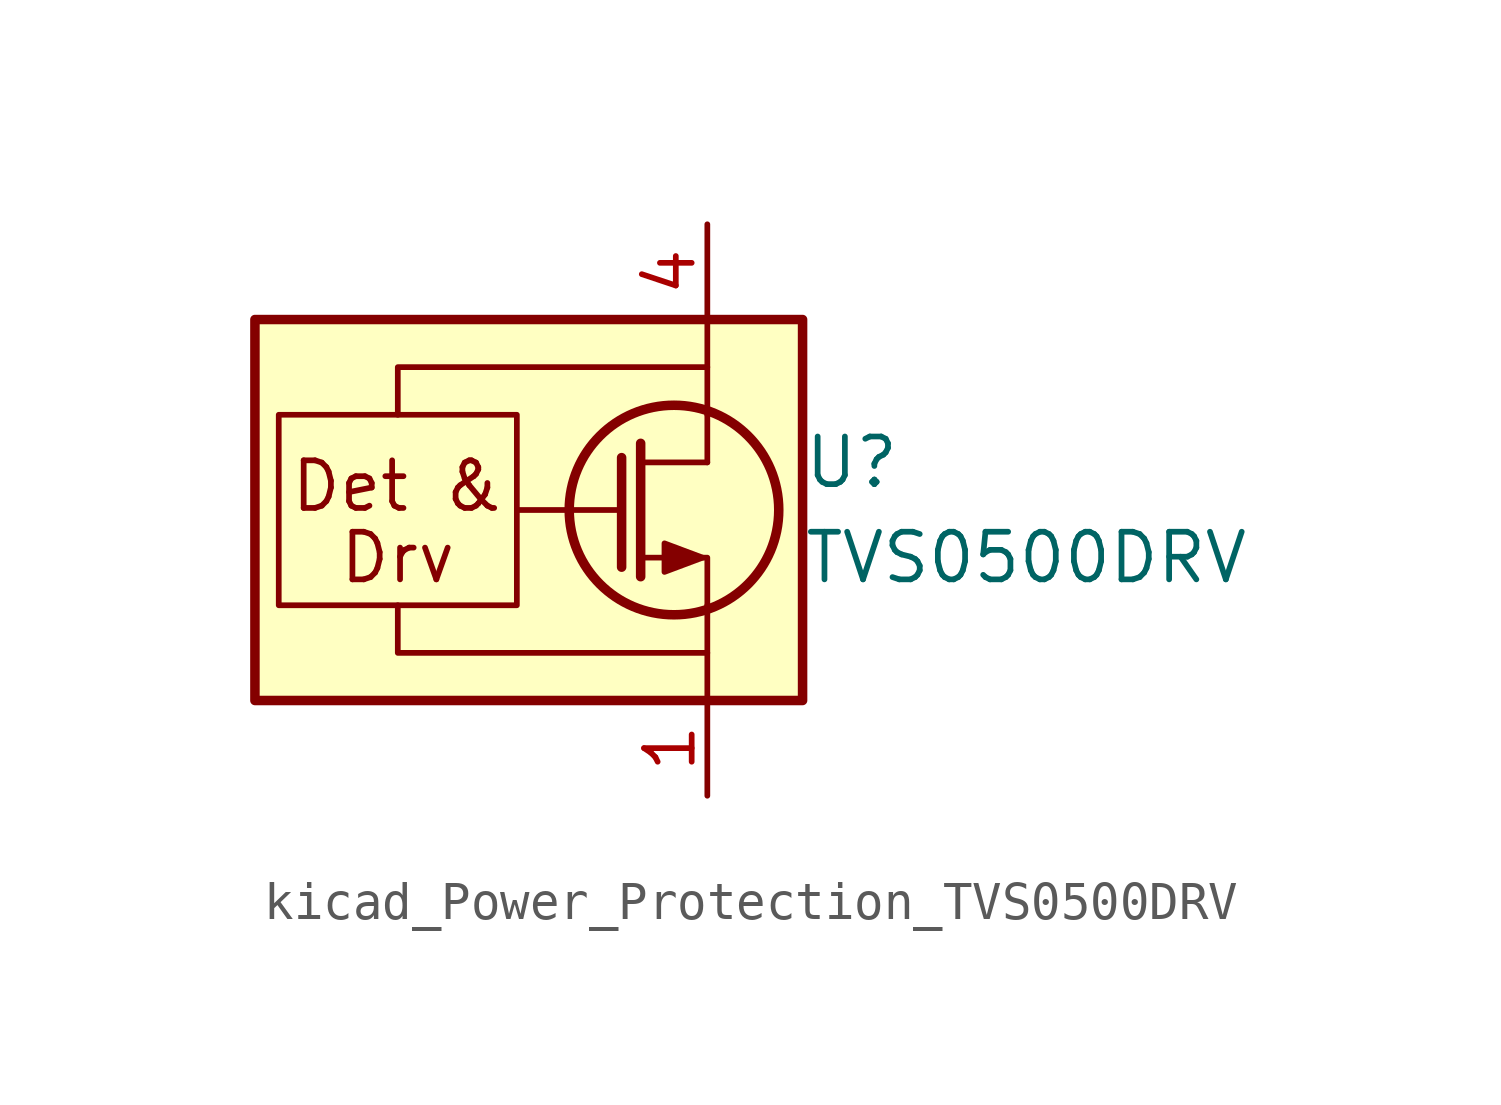
<source format=kicad_sym>
(kicad_symbol_lib
  (version 20220914)
  (generator kicad_symbol_editor)
  (symbol "kicad_Power_Protection_TVS0500DRV"
    (pin_names
      (offset 0) hide)
    (property "Reference" "U"
      (at 2.54 1.27 0)
      (effects (font (size 1.27 1.27)) (justify left)))
    (property "Value" "TVS0500DRV"
      (at 2.54 -1.27 0)
      (effects (font (size 1.27 1.27)) (justify left)))
    (symbol "kicad_Power_Protection_TVS0500DRV_0_0"
      (rectangle (start -11.43 2.54) (end -5.08 -2.54) (stroke (width 0) (type default)) (fill (type none)))
      (polyline (pts (xy 0 1.27) (xy -1.778 1.27)) (stroke (width 0) (type default)) (fill (type none)))
      (polyline (pts (xy -8.255 -2.54) (xy -8.255 -3.81) (xy 0 -3.81)) (stroke (width 0) (type default)) (fill (type none)))
      (polyline (pts (xy -8.255 2.54) (xy -8.255 3.81) (xy 0 3.81)) (stroke (width 0) (type default)) (fill (type none)))
      (text "Det &" (at -8.255 0.635 0) (effects (font (size 1.27 1.27))))
      (text "Drv" (at -8.255 -1.27 0) (effects (font (size 1.27 1.27)))))
    (symbol "kicad_Power_Protection_TVS0500DRV_0_1"
      (rectangle (start -12.065 5.08) (end 2.54 -5.08) (stroke (width 0.254) (type default)) (fill (type background)))
      (circle (center -0.889 0) (radius 2.794) (stroke (width 0.254) (type default)) (fill (type none)))
      (polyline (pts (xy -2.286 0) (xy -5.08 0)) (stroke (width 0) (type default)) (fill (type none)))
      (polyline (pts (xy -2.286 1.397) (xy -2.286 -1.524)) (stroke (width 0.254) (type default)) (fill (type none)))
      (polyline (pts (xy -1.778 1.778) (xy -1.778 -1.778)) (stroke (width 0.254) (type default)) (fill (type none)))
      (polyline (pts (xy 0 -2.54) (xy 0 -5.08)) (stroke (width 0) (type default)) (fill (type none)))
      (polyline (pts (xy 0 2.54) (xy 0 1.27)) (stroke (width 0) (type default)) (fill (type none)))
      (polyline (pts (xy 0 5.08) (xy 0 2.54)) (stroke (width 0) (type default)) (fill (type none)))
      (polyline (pts (xy 0 -2.54) (xy 0 -1.27) (xy -1.778 -1.27)) (stroke (width 0) (type default)) (fill (type none)))
      (polyline (pts (xy -0.127 -1.27) (xy -1.143 -1.651) (xy -1.143 -0.889) (xy -0.127 -1.27)) (stroke (width 0) (type default)) (fill (type outline))))
    (symbol "kicad_Power_Protection_TVS0500DRV_1_1"
      (pin power_in line (at 0 -7.62 90) (length 2.54) (name "GND" (effects (font (size 1.27 1.27)))) (number "1" (effects (font (size 1.27 1.27)))))
      (pin passive line (at 0 -7.62 90) (length 2.54) hide (name "GND" (effects (font (size 1.27 1.27)))) (number "2" (effects (font (size 1.27 1.27)))))
      (pin passive line (at 0 -7.62 90) (length 2.54) hide (name "GND" (effects (font (size 1.27 1.27)))) (number "3" (effects (font (size 1.27 1.27)))))
      (pin passive line (at 0 7.62 270) (length 2.54) (name "IN" (effects (font (size 1.27 1.27)))) (number "4" (effects (font (size 1.27 1.27)))))
      (pin passive line (at 0 7.62 270) (length 2.54) hide (name "IN" (effects (font (size 1.27 1.27)))) (number "5" (effects (font (size 1.27 1.27)))))
      (pin passive line (at 0 7.62 270) (length 2.54) hide (name "IN" (effects (font (size 1.27 1.27)))) (number "6" (effects (font (size 1.27 1.27)))))
      (pin passive line (at 0 -7.62 90) (length 2.54) hide (name "GND" (effects (font (size 1.27 1.27)))) (number "7" (effects (font (size 1.27 1.27))))))))
</source>
